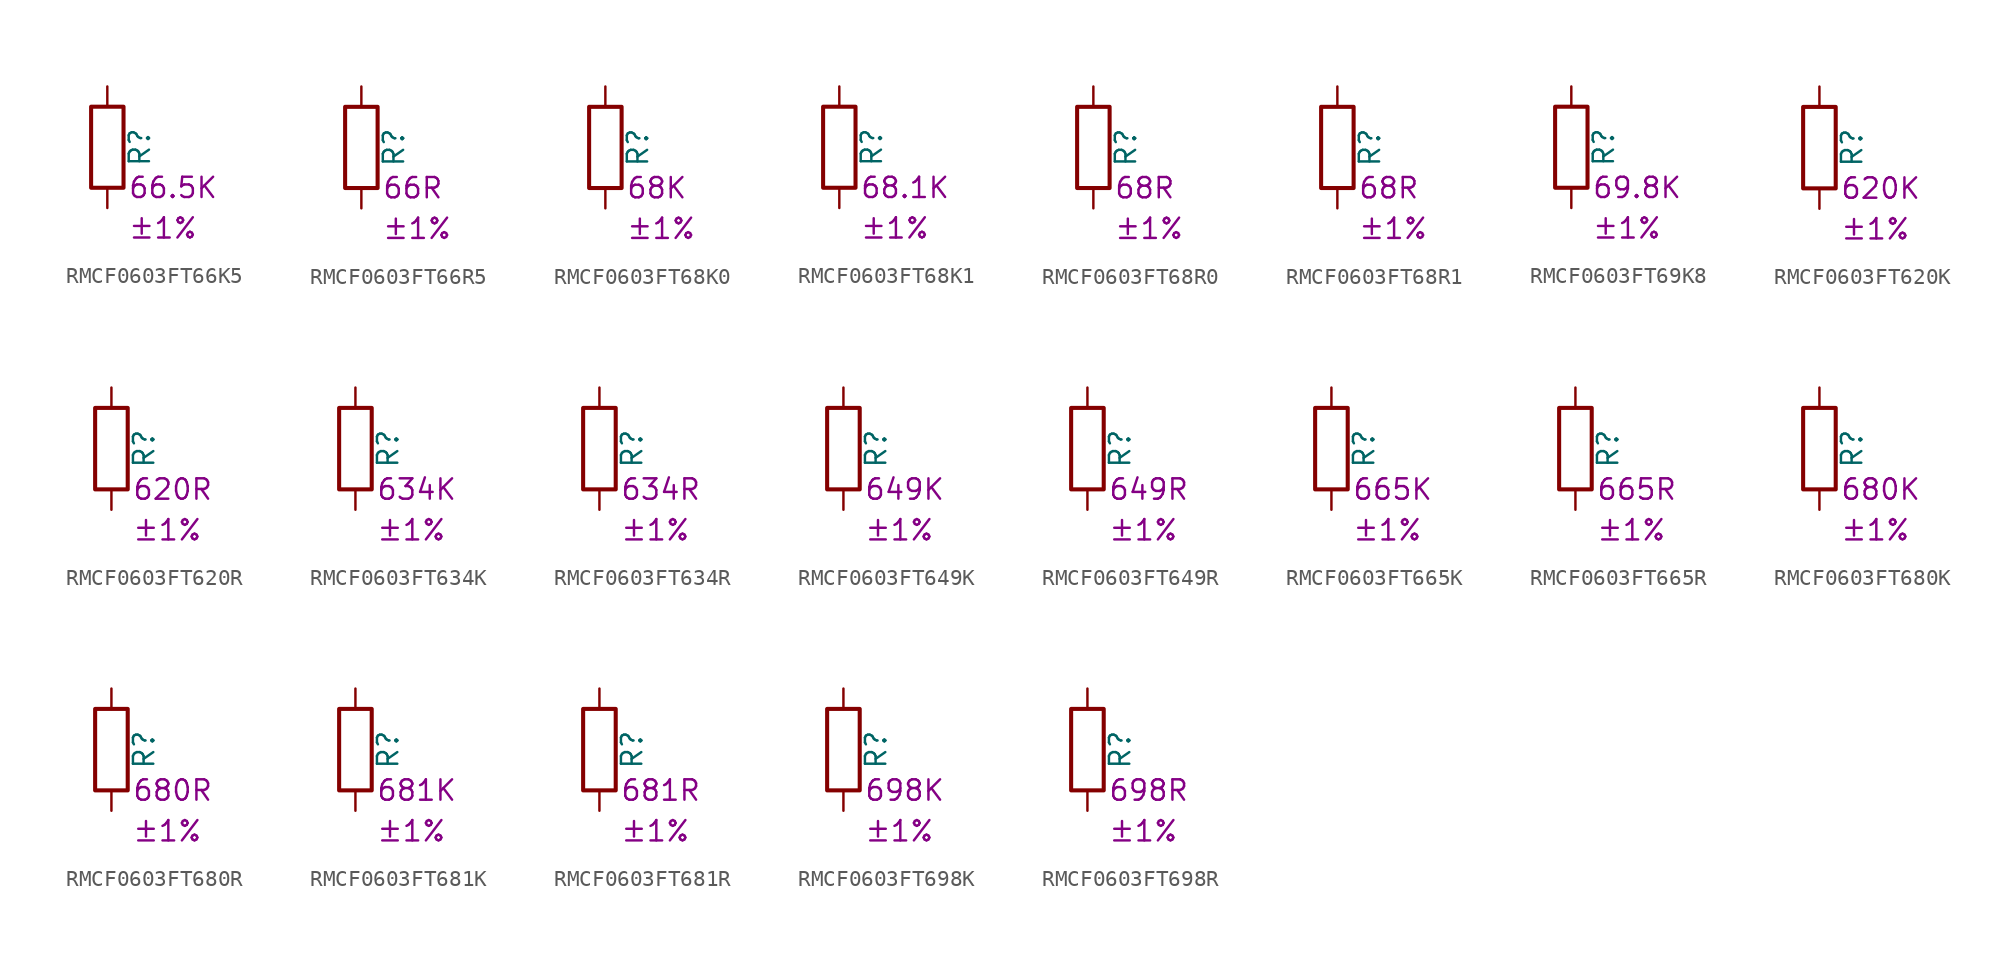
<source format=kicad_sym>
(kicad_symbol_lib
  (version 20220914)
  (generator kicad_symbol_editor)
  (symbol "RMCF0603FT66K5"
    (pin_numbers hide)
    (pin_names
      (offset 0))
    (property "Reference" "R"
      (at 2.032 0 90)
      (effects (font (size 1.27 1.27))))
    (property "Resistance" "66.5K"
      (at 1.27 -2.54 0)
      (effects (font (size 1.27 1.27)) (justify left)))
    (property "Tolerance" "±1%"
      (at 1.27 -5.08 0)
      (effects (font (size 1.27 1.27)) (justify left)))
    (symbol "RMCF0603FT66K5_0_1"
      (rectangle (start -1.016 -2.54) (end 1.016 2.54) (stroke (width 0.254) (type default)) (fill (type none))))
    (symbol "RMCF0603FT66K5_1_1"
      (pin passive line (at 0 3.81 270) (length 1.27) (name "~" (effects (font (size 1.27 1.27)))) (number "1" (effects (font (size 1.27 1.27)))))
      (pin passive line (at 0 -3.81 90) (length 1.27) (name "~" (effects (font (size 1.27 1.27)))) (number "2" (effects (font (size 1.27 1.27)))))))
  (symbol "RMCF0603FT66R5"
    (pin_numbers hide)
    (pin_names
      (offset 0))
    (property "Reference" "R"
      (at 2.032 0 90)
      (effects (font (size 1.27 1.27))))
    (property "Resistance" "66R"
      (at 1.27 -2.54 0)
      (effects (font (size 1.27 1.27)) (justify left)))
    (property "Tolerance" "±1%"
      (at 1.27 -5.08 0)
      (effects (font (size 1.27 1.27)) (justify left)))
    (symbol "RMCF0603FT66R5_0_1"
      (rectangle (start -1.016 -2.54) (end 1.016 2.54) (stroke (width 0.254) (type default)) (fill (type none))))
    (symbol "RMCF0603FT66R5_1_1"
      (pin passive line (at 0 3.81 270) (length 1.27) (name "~" (effects (font (size 1.27 1.27)))) (number "1" (effects (font (size 1.27 1.27)))))
      (pin passive line (at 0 -3.81 90) (length 1.27) (name "~" (effects (font (size 1.27 1.27)))) (number "2" (effects (font (size 1.27 1.27)))))))
  (symbol "RMCF0603FT68K0"
    (pin_numbers hide)
    (pin_names
      (offset 0))
    (property "Reference" "R"
      (at 2.032 0 90)
      (effects (font (size 1.27 1.27))))
    (property "Resistance" "68K"
      (at 1.27 -2.54 0)
      (effects (font (size 1.27 1.27)) (justify left)))
    (property "Tolerance" "±1%"
      (at 1.27 -5.08 0)
      (effects (font (size 1.27 1.27)) (justify left)))
    (symbol "RMCF0603FT68K0_0_1"
      (rectangle (start -1.016 -2.54) (end 1.016 2.54) (stroke (width 0.254) (type default)) (fill (type none))))
    (symbol "RMCF0603FT68K0_1_1"
      (pin passive line (at 0 3.81 270) (length 1.27) (name "~" (effects (font (size 1.27 1.27)))) (number "1" (effects (font (size 1.27 1.27)))))
      (pin passive line (at 0 -3.81 90) (length 1.27) (name "~" (effects (font (size 1.27 1.27)))) (number "2" (effects (font (size 1.27 1.27)))))))
  (symbol "RMCF0603FT68K1"
    (pin_numbers hide)
    (pin_names
      (offset 0))
    (property "Reference" "R"
      (at 2.032 0 90)
      (effects (font (size 1.27 1.27))))
    (property "Resistance" "68.1K"
      (at 1.27 -2.54 0)
      (effects (font (size 1.27 1.27)) (justify left)))
    (property "Tolerance" "±1%"
      (at 1.27 -5.08 0)
      (effects (font (size 1.27 1.27)) (justify left)))
    (symbol "RMCF0603FT68K1_0_1"
      (rectangle (start -1.016 -2.54) (end 1.016 2.54) (stroke (width 0.254) (type default)) (fill (type none))))
    (symbol "RMCF0603FT68K1_1_1"
      (pin passive line (at 0 3.81 270) (length 1.27) (name "~" (effects (font (size 1.27 1.27)))) (number "1" (effects (font (size 1.27 1.27)))))
      (pin passive line (at 0 -3.81 90) (length 1.27) (name "~" (effects (font (size 1.27 1.27)))) (number "2" (effects (font (size 1.27 1.27)))))))
  (symbol "RMCF0603FT68R0"
    (pin_numbers hide)
    (pin_names
      (offset 0))
    (property "Reference" "R"
      (at 2.032 0 90)
      (effects (font (size 1.27 1.27))))
    (property "Resistance" "68R"
      (at 1.27 -2.54 0)
      (effects (font (size 1.27 1.27)) (justify left)))
    (property "Tolerance" "±1%"
      (at 1.27 -5.08 0)
      (effects (font (size 1.27 1.27)) (justify left)))
    (symbol "RMCF0603FT68R0_0_1"
      (rectangle (start -1.016 -2.54) (end 1.016 2.54) (stroke (width 0.254) (type default)) (fill (type none))))
    (symbol "RMCF0603FT68R0_1_1"
      (pin passive line (at 0 3.81 270) (length 1.27) (name "~" (effects (font (size 1.27 1.27)))) (number "1" (effects (font (size 1.27 1.27)))))
      (pin passive line (at 0 -3.81 90) (length 1.27) (name "~" (effects (font (size 1.27 1.27)))) (number "2" (effects (font (size 1.27 1.27)))))))
  (symbol "RMCF0603FT68R1"
    (pin_numbers hide)
    (pin_names
      (offset 0))
    (property "Reference" "R"
      (at 2.032 0 90)
      (effects (font (size 1.27 1.27))))
    (property "Resistance" "68R"
      (at 1.27 -2.54 0)
      (effects (font (size 1.27 1.27)) (justify left)))
    (property "Tolerance" "±1%"
      (at 1.27 -5.08 0)
      (effects (font (size 1.27 1.27)) (justify left)))
    (symbol "RMCF0603FT68R1_0_1"
      (rectangle (start -1.016 -2.54) (end 1.016 2.54) (stroke (width 0.254) (type default)) (fill (type none))))
    (symbol "RMCF0603FT68R1_1_1"
      (pin passive line (at 0 3.81 270) (length 1.27) (name "~" (effects (font (size 1.27 1.27)))) (number "1" (effects (font (size 1.27 1.27)))))
      (pin passive line (at 0 -3.81 90) (length 1.27) (name "~" (effects (font (size 1.27 1.27)))) (number "2" (effects (font (size 1.27 1.27)))))))
  (symbol "RMCF0603FT69K8"
    (pin_numbers hide)
    (pin_names
      (offset 0))
    (property "Reference" "R"
      (at 2.032 0 90)
      (effects (font (size 1.27 1.27))))
    (property "Resistance" "69.8K"
      (at 1.27 -2.54 0)
      (effects (font (size 1.27 1.27)) (justify left)))
    (property "Tolerance" "±1%"
      (at 1.27 -5.08 0)
      (effects (font (size 1.27 1.27)) (justify left)))
    (symbol "RMCF0603FT69K8_0_1"
      (rectangle (start -1.016 -2.54) (end 1.016 2.54) (stroke (width 0.254) (type default)) (fill (type none))))
    (symbol "RMCF0603FT69K8_1_1"
      (pin passive line (at 0 3.81 270) (length 1.27) (name "~" (effects (font (size 1.27 1.27)))) (number "1" (effects (font (size 1.27 1.27)))))
      (pin passive line (at 0 -3.81 90) (length 1.27) (name "~" (effects (font (size 1.27 1.27)))) (number "2" (effects (font (size 1.27 1.27)))))))
  (symbol "RMCF0603FT620K"
    (pin_numbers hide)
    (pin_names
      (offset 0))
    (property "Reference" "R"
      (at 2.032 0 90)
      (effects (font (size 1.27 1.27))))
    (property "Resistance" "620K"
      (at 1.27 -2.54 0)
      (effects (font (size 1.27 1.27)) (justify left)))
    (property "Tolerance" "±1%"
      (at 1.27 -5.08 0)
      (effects (font (size 1.27 1.27)) (justify left)))
    (symbol "RMCF0603FT620K_0_1"
      (rectangle (start -1.016 -2.54) (end 1.016 2.54) (stroke (width 0.254) (type default)) (fill (type none))))
    (symbol "RMCF0603FT620K_1_1"
      (pin passive line (at 0 3.81 270) (length 1.27) (name "~" (effects (font (size 1.27 1.27)))) (number "1" (effects (font (size 1.27 1.27)))))
      (pin passive line (at 0 -3.81 90) (length 1.27) (name "~" (effects (font (size 1.27 1.27)))) (number "2" (effects (font (size 1.27 1.27)))))))
  (symbol "RMCF0603FT620R"
    (pin_numbers hide)
    (pin_names
      (offset 0))
    (property "Reference" "R"
      (at 2.032 0 90)
      (effects (font (size 1.27 1.27))))
    (property "Resistance" "620R"
      (at 1.27 -2.54 0)
      (effects (font (size 1.27 1.27)) (justify left)))
    (property "Tolerance" "±1%"
      (at 1.27 -5.08 0)
      (effects (font (size 1.27 1.27)) (justify left)))
    (symbol "RMCF0603FT620R_0_1"
      (rectangle (start -1.016 -2.54) (end 1.016 2.54) (stroke (width 0.254) (type default)) (fill (type none))))
    (symbol "RMCF0603FT620R_1_1"
      (pin passive line (at 0 3.81 270) (length 1.27) (name "~" (effects (font (size 1.27 1.27)))) (number "1" (effects (font (size 1.27 1.27)))))
      (pin passive line (at 0 -3.81 90) (length 1.27) (name "~" (effects (font (size 1.27 1.27)))) (number "2" (effects (font (size 1.27 1.27)))))))
  (symbol "RMCF0603FT634K"
    (pin_numbers hide)
    (pin_names
      (offset 0))
    (property "Reference" "R"
      (at 2.032 0 90)
      (effects (font (size 1.27 1.27))))
    (property "Resistance" "634K"
      (at 1.27 -2.54 0)
      (effects (font (size 1.27 1.27)) (justify left)))
    (property "Tolerance" "±1%"
      (at 1.27 -5.08 0)
      (effects (font (size 1.27 1.27)) (justify left)))
    (symbol "RMCF0603FT634K_0_1"
      (rectangle (start -1.016 -2.54) (end 1.016 2.54) (stroke (width 0.254) (type default)) (fill (type none))))
    (symbol "RMCF0603FT634K_1_1"
      (pin passive line (at 0 3.81 270) (length 1.27) (name "~" (effects (font (size 1.27 1.27)))) (number "1" (effects (font (size 1.27 1.27)))))
      (pin passive line (at 0 -3.81 90) (length 1.27) (name "~" (effects (font (size 1.27 1.27)))) (number "2" (effects (font (size 1.27 1.27)))))))
  (symbol "RMCF0603FT634R"
    (pin_numbers hide)
    (pin_names
      (offset 0))
    (property "Reference" "R"
      (at 2.032 0 90)
      (effects (font (size 1.27 1.27))))
    (property "Resistance" "634R"
      (at 1.27 -2.54 0)
      (effects (font (size 1.27 1.27)) (justify left)))
    (property "Tolerance" "±1%"
      (at 1.27 -5.08 0)
      (effects (font (size 1.27 1.27)) (justify left)))
    (symbol "RMCF0603FT634R_0_1"
      (rectangle (start -1.016 -2.54) (end 1.016 2.54) (stroke (width 0.254) (type default)) (fill (type none))))
    (symbol "RMCF0603FT634R_1_1"
      (pin passive line (at 0 3.81 270) (length 1.27) (name "~" (effects (font (size 1.27 1.27)))) (number "1" (effects (font (size 1.27 1.27)))))
      (pin passive line (at 0 -3.81 90) (length 1.27) (name "~" (effects (font (size 1.27 1.27)))) (number "2" (effects (font (size 1.27 1.27)))))))
  (symbol "RMCF0603FT649K"
    (pin_numbers hide)
    (pin_names
      (offset 0))
    (property "Reference" "R"
      (at 2.032 0 90)
      (effects (font (size 1.27 1.27))))
    (property "Resistance" "649K"
      (at 1.27 -2.54 0)
      (effects (font (size 1.27 1.27)) (justify left)))
    (property "Tolerance" "±1%"
      (at 1.27 -5.08 0)
      (effects (font (size 1.27 1.27)) (justify left)))
    (symbol "RMCF0603FT649K_0_1"
      (rectangle (start -1.016 -2.54) (end 1.016 2.54) (stroke (width 0.254) (type default)) (fill (type none))))
    (symbol "RMCF0603FT649K_1_1"
      (pin passive line (at 0 3.81 270) (length 1.27) (name "~" (effects (font (size 1.27 1.27)))) (number "1" (effects (font (size 1.27 1.27)))))
      (pin passive line (at 0 -3.81 90) (length 1.27) (name "~" (effects (font (size 1.27 1.27)))) (number "2" (effects (font (size 1.27 1.27)))))))
  (symbol "RMCF0603FT649R"
    (pin_numbers hide)
    (pin_names
      (offset 0))
    (property "Reference" "R"
      (at 2.032 0 90)
      (effects (font (size 1.27 1.27))))
    (property "Resistance" "649R"
      (at 1.27 -2.54 0)
      (effects (font (size 1.27 1.27)) (justify left)))
    (property "Tolerance" "±1%"
      (at 1.27 -5.08 0)
      (effects (font (size 1.27 1.27)) (justify left)))
    (symbol "RMCF0603FT649R_0_1"
      (rectangle (start -1.016 -2.54) (end 1.016 2.54) (stroke (width 0.254) (type default)) (fill (type none))))
    (symbol "RMCF0603FT649R_1_1"
      (pin passive line (at 0 3.81 270) (length 1.27) (name "~" (effects (font (size 1.27 1.27)))) (number "1" (effects (font (size 1.27 1.27)))))
      (pin passive line (at 0 -3.81 90) (length 1.27) (name "~" (effects (font (size 1.27 1.27)))) (number "2" (effects (font (size 1.27 1.27)))))))
  (symbol "RMCF0603FT665K"
    (pin_numbers hide)
    (pin_names
      (offset 0))
    (property "Reference" "R"
      (at 2.032 0 90)
      (effects (font (size 1.27 1.27))))
    (property "Resistance" "665K"
      (at 1.27 -2.54 0)
      (effects (font (size 1.27 1.27)) (justify left)))
    (property "Tolerance" "±1%"
      (at 1.27 -5.08 0)
      (effects (font (size 1.27 1.27)) (justify left)))
    (symbol "RMCF0603FT665K_0_1"
      (rectangle (start -1.016 -2.54) (end 1.016 2.54) (stroke (width 0.254) (type default)) (fill (type none))))
    (symbol "RMCF0603FT665K_1_1"
      (pin passive line (at 0 3.81 270) (length 1.27) (name "~" (effects (font (size 1.27 1.27)))) (number "1" (effects (font (size 1.27 1.27)))))
      (pin passive line (at 0 -3.81 90) (length 1.27) (name "~" (effects (font (size 1.27 1.27)))) (number "2" (effects (font (size 1.27 1.27)))))))
  (symbol "RMCF0603FT665R"
    (pin_numbers hide)
    (pin_names
      (offset 0))
    (property "Reference" "R"
      (at 2.032 0 90)
      (effects (font (size 1.27 1.27))))
    (property "Resistance" "665R"
      (at 1.27 -2.54 0)
      (effects (font (size 1.27 1.27)) (justify left)))
    (property "Tolerance" "±1%"
      (at 1.27 -5.08 0)
      (effects (font (size 1.27 1.27)) (justify left)))
    (symbol "RMCF0603FT665R_0_1"
      (rectangle (start -1.016 -2.54) (end 1.016 2.54) (stroke (width 0.254) (type default)) (fill (type none))))
    (symbol "RMCF0603FT665R_1_1"
      (pin passive line (at 0 3.81 270) (length 1.27) (name "~" (effects (font (size 1.27 1.27)))) (number "1" (effects (font (size 1.27 1.27)))))
      (pin passive line (at 0 -3.81 90) (length 1.27) (name "~" (effects (font (size 1.27 1.27)))) (number "2" (effects (font (size 1.27 1.27)))))))
  (symbol "RMCF0603FT680K"
    (pin_numbers hide)
    (pin_names
      (offset 0))
    (property "Reference" "R"
      (at 2.032 0 90)
      (effects (font (size 1.27 1.27))))
    (property "Resistance" "680K"
      (at 1.27 -2.54 0)
      (effects (font (size 1.27 1.27)) (justify left)))
    (property "Tolerance" "±1%"
      (at 1.27 -5.08 0)
      (effects (font (size 1.27 1.27)) (justify left)))
    (symbol "RMCF0603FT680K_0_1"
      (rectangle (start -1.016 -2.54) (end 1.016 2.54) (stroke (width 0.254) (type default)) (fill (type none))))
    (symbol "RMCF0603FT680K_1_1"
      (pin passive line (at 0 3.81 270) (length 1.27) (name "~" (effects (font (size 1.27 1.27)))) (number "1" (effects (font (size 1.27 1.27)))))
      (pin passive line (at 0 -3.81 90) (length 1.27) (name "~" (effects (font (size 1.27 1.27)))) (number "2" (effects (font (size 1.27 1.27)))))))
  (symbol "RMCF0603FT680R"
    (pin_numbers hide)
    (pin_names
      (offset 0))
    (property "Reference" "R"
      (at 2.032 0 90)
      (effects (font (size 1.27 1.27))))
    (property "Resistance" "680R"
      (at 1.27 -2.54 0)
      (effects (font (size 1.27 1.27)) (justify left)))
    (property "Tolerance" "±1%"
      (at 1.27 -5.08 0)
      (effects (font (size 1.27 1.27)) (justify left)))
    (symbol "RMCF0603FT680R_0_1"
      (rectangle (start -1.016 -2.54) (end 1.016 2.54) (stroke (width 0.254) (type default)) (fill (type none))))
    (symbol "RMCF0603FT680R_1_1"
      (pin passive line (at 0 3.81 270) (length 1.27) (name "~" (effects (font (size 1.27 1.27)))) (number "1" (effects (font (size 1.27 1.27)))))
      (pin passive line (at 0 -3.81 90) (length 1.27) (name "~" (effects (font (size 1.27 1.27)))) (number "2" (effects (font (size 1.27 1.27)))))))
  (symbol "RMCF0603FT681K"
    (pin_numbers hide)
    (pin_names
      (offset 0))
    (property "Reference" "R"
      (at 2.032 0 90)
      (effects (font (size 1.27 1.27))))
    (property "Resistance" "681K"
      (at 1.27 -2.54 0)
      (effects (font (size 1.27 1.27)) (justify left)))
    (property "Tolerance" "±1%"
      (at 1.27 -5.08 0)
      (effects (font (size 1.27 1.27)) (justify left)))
    (symbol "RMCF0603FT681K_0_1"
      (rectangle (start -1.016 -2.54) (end 1.016 2.54) (stroke (width 0.254) (type default)) (fill (type none))))
    (symbol "RMCF0603FT681K_1_1"
      (pin passive line (at 0 3.81 270) (length 1.27) (name "~" (effects (font (size 1.27 1.27)))) (number "1" (effects (font (size 1.27 1.27)))))
      (pin passive line (at 0 -3.81 90) (length 1.27) (name "~" (effects (font (size 1.27 1.27)))) (number "2" (effects (font (size 1.27 1.27)))))))
  (symbol "RMCF0603FT681R"
    (pin_numbers hide)
    (pin_names
      (offset 0))
    (property "Reference" "R"
      (at 2.032 0 90)
      (effects (font (size 1.27 1.27))))
    (property "Resistance" "681R"
      (at 1.27 -2.54 0)
      (effects (font (size 1.27 1.27)) (justify left)))
    (property "Tolerance" "±1%"
      (at 1.27 -5.08 0)
      (effects (font (size 1.27 1.27)) (justify left)))
    (symbol "RMCF0603FT681R_0_1"
      (rectangle (start -1.016 -2.54) (end 1.016 2.54) (stroke (width 0.254) (type default)) (fill (type none))))
    (symbol "RMCF0603FT681R_1_1"
      (pin passive line (at 0 3.81 270) (length 1.27) (name "~" (effects (font (size 1.27 1.27)))) (number "1" (effects (font (size 1.27 1.27)))))
      (pin passive line (at 0 -3.81 90) (length 1.27) (name "~" (effects (font (size 1.27 1.27)))) (number "2" (effects (font (size 1.27 1.27)))))))
  (symbol "RMCF0603FT698K"
    (pin_numbers hide)
    (pin_names
      (offset 0))
    (property "Reference" "R"
      (at 2.032 0 90)
      (effects (font (size 1.27 1.27))))
    (property "Resistance" "698K"
      (at 1.27 -2.54 0)
      (effects (font (size 1.27 1.27)) (justify left)))
    (property "Tolerance" "±1%"
      (at 1.27 -5.08 0)
      (effects (font (size 1.27 1.27)) (justify left)))
    (symbol "RMCF0603FT698K_0_1"
      (rectangle (start -1.016 -2.54) (end 1.016 2.54) (stroke (width 0.254) (type default)) (fill (type none))))
    (symbol "RMCF0603FT698K_1_1"
      (pin passive line (at 0 3.81 270) (length 1.27) (name "~" (effects (font (size 1.27 1.27)))) (number "1" (effects (font (size 1.27 1.27)))))
      (pin passive line (at 0 -3.81 90) (length 1.27) (name "~" (effects (font (size 1.27 1.27)))) (number "2" (effects (font (size 1.27 1.27)))))))
  (symbol "RMCF0603FT698R"
    (pin_numbers hide)
    (pin_names
      (offset 0))
    (property "Reference" "R"
      (at 2.032 0 90)
      (effects (font (size 1.27 1.27))))
    (property "Resistance" "698R"
      (at 1.27 -2.54 0)
      (effects (font (size 1.27 1.27)) (justify left)))
    (property "Tolerance" "±1%"
      (at 1.27 -5.08 0)
      (effects (font (size 1.27 1.27)) (justify left)))
    (symbol "RMCF0603FT698R_0_1"
      (rectangle (start -1.016 -2.54) (end 1.016 2.54) (stroke (width 0.254) (type default)) (fill (type none))))
    (symbol "RMCF0603FT698R_1_1"
      (pin passive line (at 0 3.81 270) (length 1.27) (name "~" (effects (font (size 1.27 1.27)))) (number "1" (effects (font (size 1.27 1.27)))))
      (pin passive line (at 0 -3.81 90) (length 1.27) (name "~" (effects (font (size 1.27 1.27)))) (number "2" (effects (font (size 1.27 1.27))))))))
</source>
